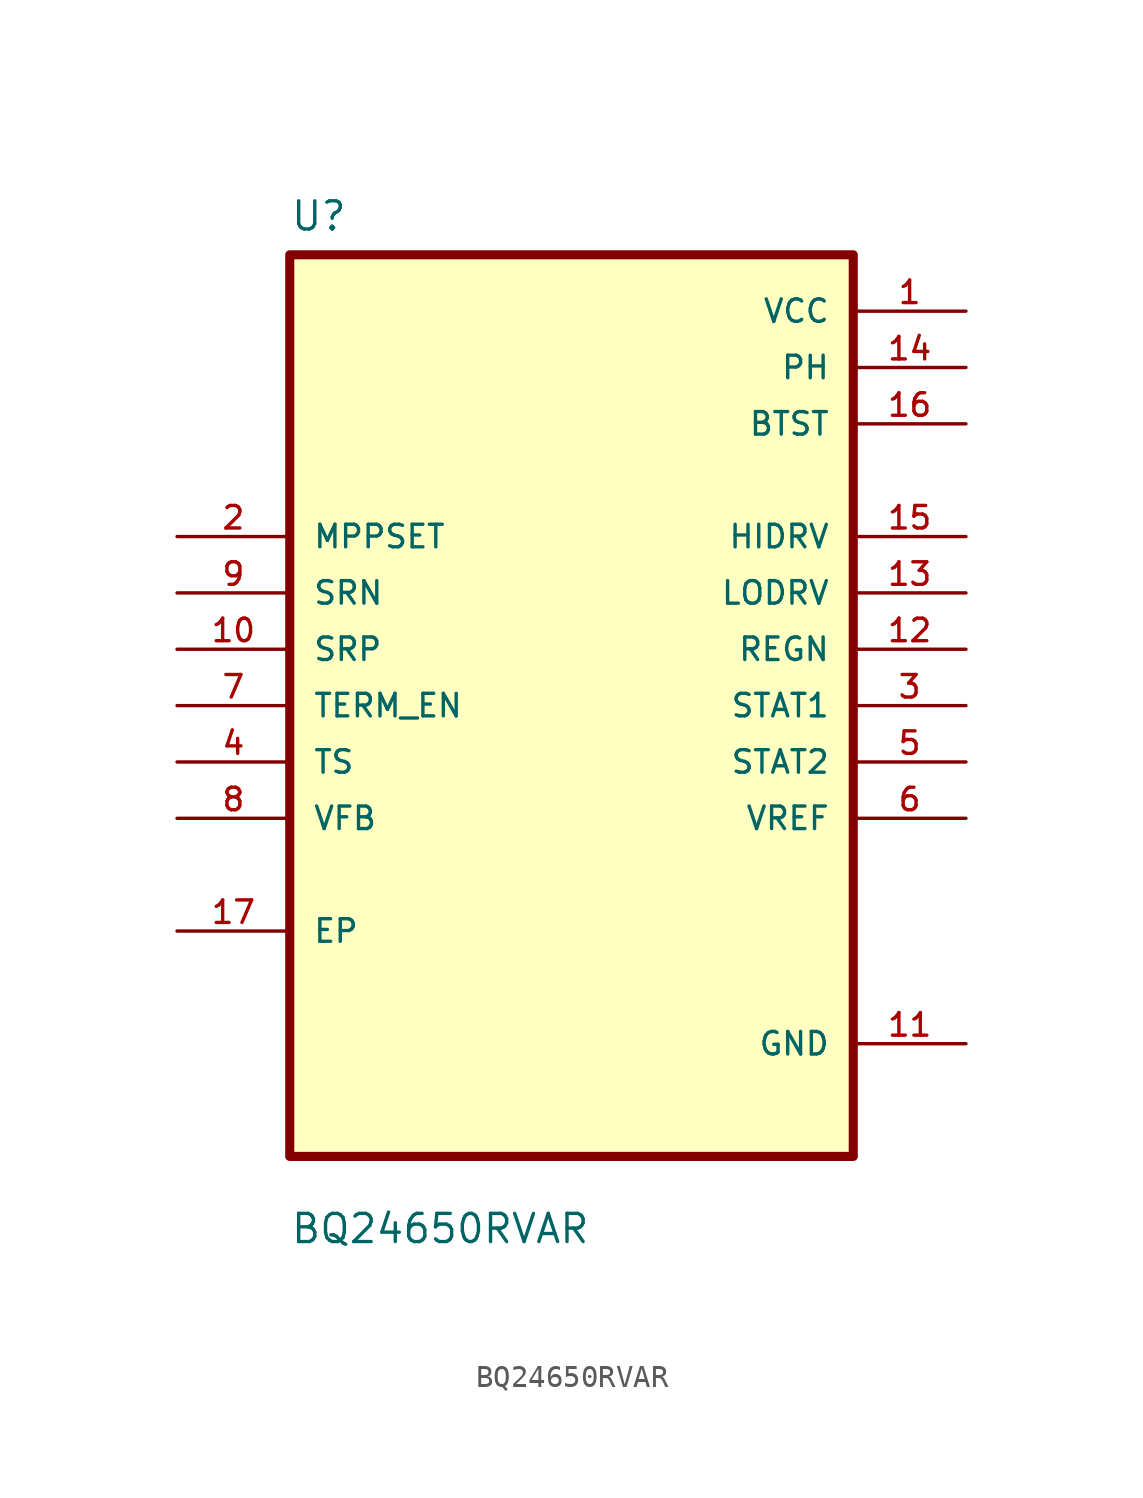
<source format=kicad_sym>
(kicad_symbol_lib
  (version 20211014)
  (generator kicad_symbol_editor)
  (symbol "BQ24650RVAR"
    (pin_names
      (offset 1.016))
    (property "Reference" "U"
      (at -12.7 21.32 0.0)
      (effects (font (size 1.27 1.27)) (justify bottom left)))
    (property "Value" "BQ24650RVAR"
      (at -12.7 -24.32 0.0)
      (effects (font (size 1.27 1.27)) (justify bottom left)))
    (symbol "BQ24650RVAR_0_0"
      (rectangle (start -12.7 -20.32) (end 12.7 20.32) (stroke (width 0.41)) (fill (type background)))
      (pin input line (at -17.78 7.62 0) (length 5.08) (name "MPPSET" (effects (font (size 1.016 1.016)))) (number "2" (effects (font (size 1.016 1.016)))))
      (pin input line (at -17.78 5.08 0) (length 5.08) (name "SRN" (effects (font (size 1.016 1.016)))) (number "9" (effects (font (size 1.016 1.016)))))
      (pin input line (at -17.78 2.54 0) (length 5.08) (name "SRP" (effects (font (size 1.016 1.016)))) (number "10" (effects (font (size 1.016 1.016)))))
      (pin input line (at -17.78 0.0 0) (length 5.08) (name "TERM_EN" (effects (font (size 1.016 1.016)))) (number "7" (effects (font (size 1.016 1.016)))))
      (pin input line (at -17.78 -2.54 0) (length 5.08) (name "TS" (effects (font (size 1.016 1.016)))) (number "4" (effects (font (size 1.016 1.016)))))
      (pin input line (at -17.78 -5.08 0) (length 5.08) (name "VFB" (effects (font (size 1.016 1.016)))) (number "8" (effects (font (size 1.016 1.016)))))
      (pin bidirectional line (at -17.78 -10.16 0) (length 5.08) (name "EP" (effects (font (size 1.016 1.016)))) (number "17" (effects (font (size 1.016 1.016)))))
      (pin power_in line (at 17.78 17.78 180.0) (length 5.08) (name "VCC" (effects (font (size 1.016 1.016)))) (number "1" (effects (font (size 1.016 1.016)))))
      (pin power_in line (at 17.78 15.24 180.0) (length 5.08) (name "PH" (effects (font (size 1.016 1.016)))) (number "14" (effects (font (size 1.016 1.016)))))
      (pin power_in line (at 17.78 12.7 180.0) (length 5.08) (name "BTST" (effects (font (size 1.016 1.016)))) (number "16" (effects (font (size 1.016 1.016)))))
      (pin output line (at 17.78 7.62 180.0) (length 5.08) (name "HIDRV" (effects (font (size 1.016 1.016)))) (number "15" (effects (font (size 1.016 1.016)))))
      (pin output line (at 17.78 5.08 180.0) (length 5.08) (name "LODRV" (effects (font (size 1.016 1.016)))) (number "13" (effects (font (size 1.016 1.016)))))
      (pin output line (at 17.78 2.54 180.0) (length 5.08) (name "REGN" (effects (font (size 1.016 1.016)))) (number "12" (effects (font (size 1.016 1.016)))))
      (pin output line (at 17.78 2.66454e-15 180.0) (length 5.08) (name "STAT1" (effects (font (size 1.016 1.016)))) (number "3" (effects (font (size 1.016 1.016)))))
      (pin output line (at 17.78 -2.54 180.0) (length 5.08) (name "STAT2" (effects (font (size 1.016 1.016)))) (number "5" (effects (font (size 1.016 1.016)))))
      (pin output line (at 17.78 -5.08 180.0) (length 5.08) (name "VREF" (effects (font (size 1.016 1.016)))) (number "6" (effects (font (size 1.016 1.016)))))
      (pin power_in line (at 17.78 -15.24 180.0) (length 5.08) (name "GND" (effects (font (size 1.016 1.016)))) (number "11" (effects (font (size 1.016 1.016))))))))
</source>
